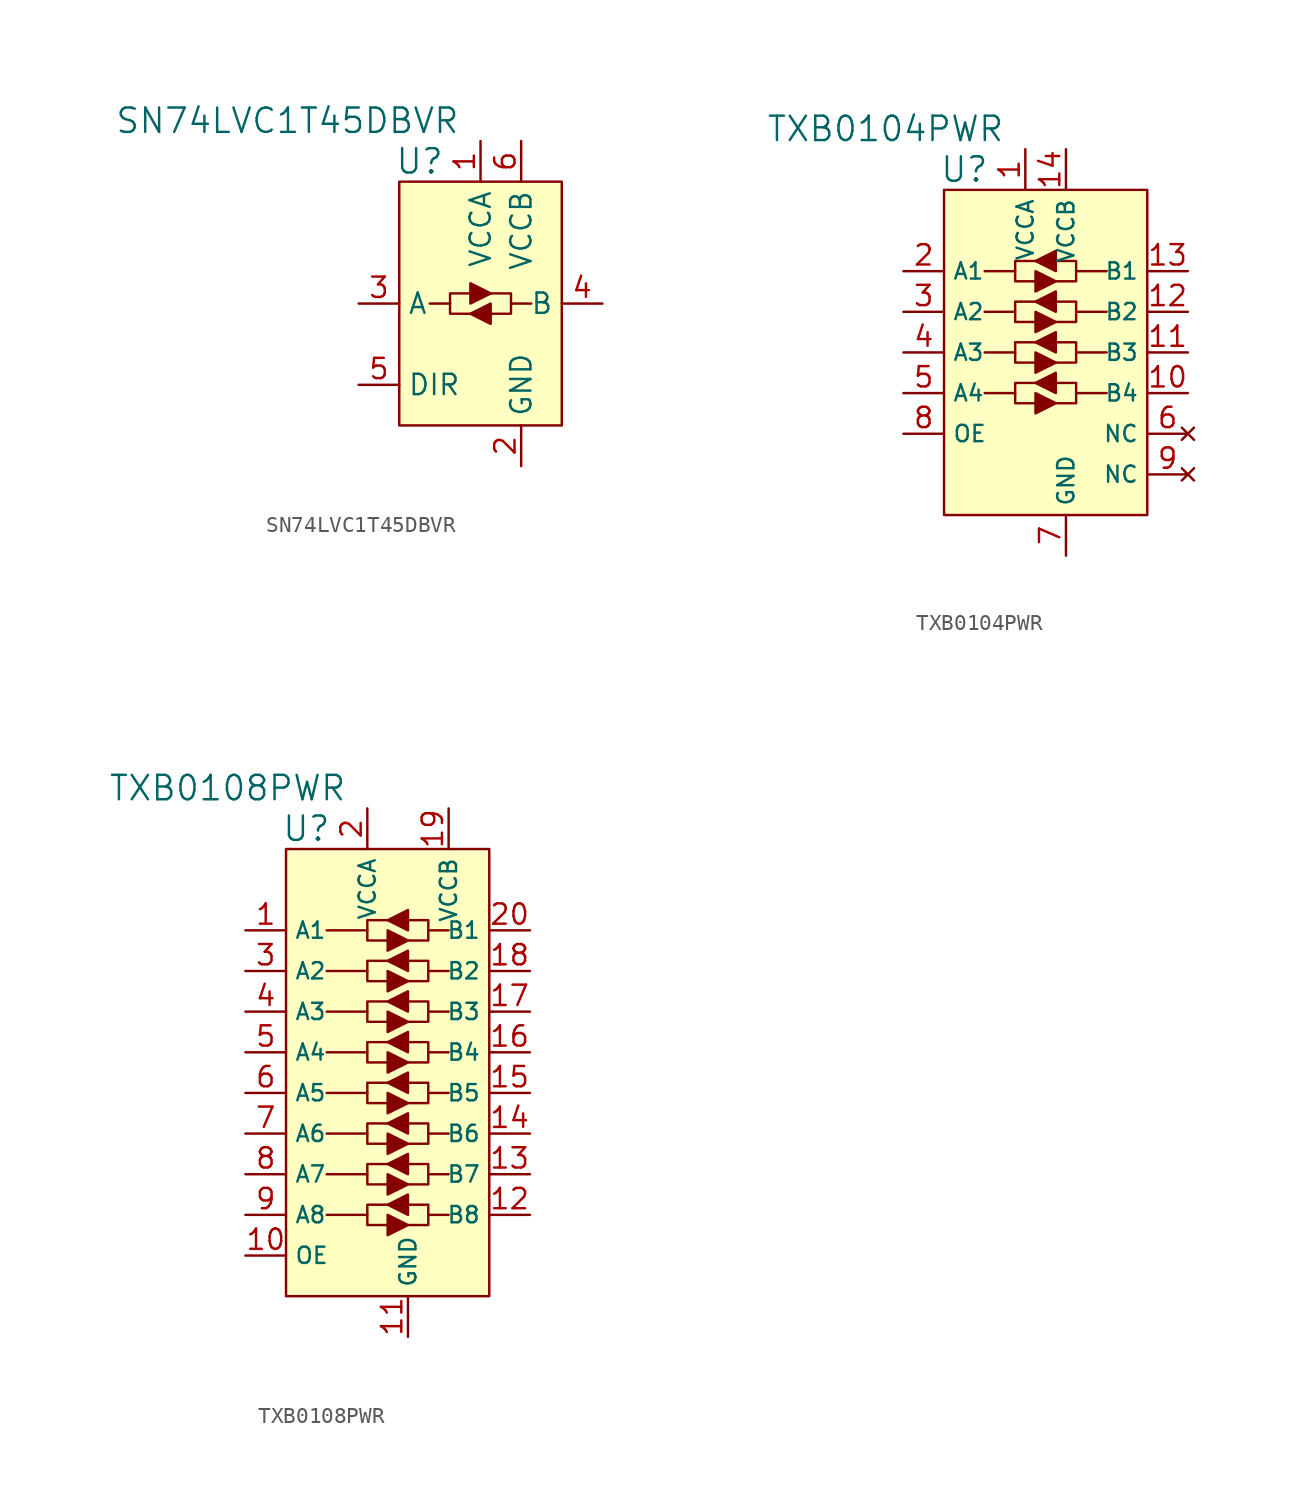
<source format=kicad_sym>
(kicad_symbol_lib
  (version 20220914)
  (generator kicad_symbol_editor)
  (symbol "SN74LVC1T45DBVR"
    (property "Reference" "U"
      (at -3.81 8.89 0)
      (effects (font (size 1.524 1.524))))
    (property "Value" "SN74LVC1T45DBVR"
      (at -1.27 11.43 0)
      (effects (font (size 1.524 1.524)) (justify right)))
    (symbol "SN74LVC1T45DBVR_0_1"
      (rectangle (start -5.08 7.62) (end 5.08 -7.62) (stroke (width 0) (type solid)) (fill (type background)))
      (polyline (pts (xy -3.175 0) (xy -1.905 0)) (stroke (width 0) (type solid)) (fill (type none)))
      (polyline (pts (xy 3.175 0) (xy 1.905 0)) (stroke (width 0) (type solid)) (fill (type none)))
      (polyline (pts (xy -1.905 0) (xy -1.905 -0.635) (xy -0.508 -0.635)) (stroke (width 0) (type solid)) (fill (type none)))
      (polyline (pts (xy -1.905 0) (xy -1.905 0.635) (xy -0.635 0.635)) (stroke (width 0) (type solid)) (fill (type none)))
      (polyline (pts (xy 1.905 0) (xy 1.905 -0.635) (xy 0.635 -0.635)) (stroke (width 0) (type solid)) (fill (type none)))
      (polyline (pts (xy 1.905 0) (xy 1.905 0.635) (xy 0.635 0.635)) (stroke (width 0) (type solid)) (fill (type none)))
      (polyline (pts (xy -0.635 1.27) (xy -0.635 0) (xy 0.635 0.635) (xy -0.635 1.27)) (stroke (width 0) (type solid)) (fill (type outline)))
      (polyline (pts (xy 0.635 0) (xy 0.635 -1.27) (xy -0.635 -0.635) (xy 0.635 0)) (stroke (width 0) (type solid)) (fill (type outline))))
    (symbol "SN74LVC1T45DBVR_1_1"
      (pin power_in line (at 0 10.16 270) (length 2.54) (name "VCCA" (effects (font (size 1.27 1.27)))) (number "1" (effects (font (size 1.27 1.27)))))
      (pin power_in line (at 2.54 -10.16 90) (length 2.54) (name "GND" (effects (font (size 1.27 1.27)))) (number "2" (effects (font (size 1.27 1.27)))))
      (pin bidirectional line (at -7.62 0 0) (length 2.54) (name "A" (effects (font (size 1.27 1.27)))) (number "3" (effects (font (size 1.27 1.27)))))
      (pin bidirectional line (at 7.62 0 180) (length 2.54) (name "B" (effects (font (size 1.27 1.27)))) (number "4" (effects (font (size 1.27 1.27)))))
      (pin input line (at -7.62 -5.08 0) (length 2.54) (name "DIR" (effects (font (size 1.27 1.27)))) (number "5" (effects (font (size 1.27 1.27)))))
      (pin power_in line (at 2.54 10.16 270) (length 2.54) (name "VCCB" (effects (font (size 1.27 1.27)))) (number "6" (effects (font (size 1.27 1.27)))))))
  (symbol "TXB0104PWR"
    (property "Reference" "U"
      (at -6.35 11.43 0)
      (effects (font (size 1.524 1.524))))
    (property "Value" "TXB0104PWR"
      (at -3.81 13.97 0)
      (effects (font (size 1.524 1.524)) (justify right)))
    (symbol "TXB0104PWR_0_1"
      (rectangle (start -7.62 10.16) (end 5.08 -10.16) (stroke (width 0) (type solid)) (fill (type background)))
      (polyline (pts (xy -5.08 -2.54) (xy -3.175 -2.54)) (stroke (width 0) (type solid)) (fill (type none)))
      (polyline (pts (xy -5.08 2.54) (xy -3.175 2.54)) (stroke (width 0) (type solid)) (fill (type none)))
      (polyline (pts (xy -3.175 0) (xy -5.08 0)) (stroke (width 0) (type solid)) (fill (type none)))
      (polyline (pts (xy -3.175 5.08) (xy -5.08 5.08)) (stroke (width 0) (type solid)) (fill (type none)))
      (polyline (pts (xy 0.635 -2.54) (xy 2.54 -2.54)) (stroke (width 0) (type solid)) (fill (type none)))
      (polyline (pts (xy 0.635 5.08) (xy 2.54 5.08)) (stroke (width 0) (type solid)) (fill (type none)))
      (polyline (pts (xy 2.54 0) (xy 0.635 0)) (stroke (width 0) (type solid)) (fill (type none)))
      (polyline (pts (xy 2.54 2.54) (xy 0.635 2.54)) (stroke (width 0) (type solid)) (fill (type none)))
      (polyline (pts (xy -1.905 -2.54) (xy -1.905 -3.81) (xy -0.635 -3.175) (xy -1.905 -2.54)) (stroke (width 0) (type solid)) (fill (type outline)))
      (polyline (pts (xy -1.905 -1.905) (xy -3.175 -1.905) (xy -3.175 -3.175) (xy -1.905 -3.175)) (stroke (width 0) (type solid)) (fill (type none)))
      (polyline (pts (xy -1.905 -1.905) (xy -0.635 -1.27) (xy -0.635 -2.54) (xy -1.905 -1.905)) (stroke (width 0) (type solid)) (fill (type outline)))
      (polyline (pts (xy -1.905 0) (xy -1.905 -1.27) (xy -0.635 -0.635) (xy -1.905 0)) (stroke (width 0) (type solid)) (fill (type outline)))
      (polyline (pts (xy -1.905 0.635) (xy -3.175 0.635) (xy -3.175 -0.635) (xy -1.905 -0.635)) (stroke (width 0) (type solid)) (fill (type none)))
      (polyline (pts (xy -1.905 0.635) (xy -0.635 1.27) (xy -0.635 0) (xy -1.905 0.635)) (stroke (width 0) (type solid)) (fill (type outline)))
      (polyline (pts (xy -1.905 2.54) (xy -1.905 1.27) (xy -0.635 1.905) (xy -1.905 2.54)) (stroke (width 0) (type solid)) (fill (type outline)))
      (polyline (pts (xy -1.905 3.175) (xy -3.175 3.175) (xy -3.175 1.905) (xy -1.905 1.905)) (stroke (width 0) (type solid)) (fill (type none)))
      (polyline (pts (xy -1.905 3.175) (xy -0.635 3.81) (xy -0.635 2.54) (xy -1.905 3.175)) (stroke (width 0) (type solid)) (fill (type outline)))
      (polyline (pts (xy -1.905 5.08) (xy -1.905 3.81) (xy -0.635 4.445) (xy -1.905 5.08)) (stroke (width 0) (type solid)) (fill (type outline)))
      (polyline (pts (xy -1.905 5.715) (xy -3.175 5.715) (xy -3.175 4.445) (xy -1.905 4.445)) (stroke (width 0) (type solid)) (fill (type none)))
      (polyline (pts (xy -1.905 5.715) (xy -0.635 6.35) (xy -0.635 5.08) (xy -1.905 5.715)) (stroke (width 0) (type solid)) (fill (type outline)))
      (polyline (pts (xy -0.635 -1.905) (xy 0.635 -1.905) (xy 0.635 -3.175) (xy -0.635 -3.175)) (stroke (width 0) (type solid)) (fill (type none)))
      (polyline (pts (xy -0.635 0.635) (xy 0.635 0.635) (xy 0.635 -0.635) (xy -0.635 -0.635)) (stroke (width 0) (type solid)) (fill (type none)))
      (polyline (pts (xy -0.635 3.175) (xy 0.635 3.175) (xy 0.635 1.905) (xy -0.635 1.905)) (stroke (width 0) (type solid)) (fill (type none)))
      (polyline (pts (xy -0.635 5.715) (xy 0.635 5.715) (xy 0.635 4.445) (xy -0.635 4.445)) (stroke (width 0) (type solid)) (fill (type none))))
    (symbol "TXB0104PWR_1_1"
      (pin power_in line (at -2.54 12.7 270) (length 2.54) (name "VCCA" (effects (font (size 1.016 1.016)))) (number "1" (effects (font (size 1.27 1.27)))))
      (pin bidirectional line (at 7.62 -2.54 180) (length 2.54) (name "B4" (effects (font (size 1.016 1.016)))) (number "10" (effects (font (size 1.27 1.27)))))
      (pin bidirectional line (at 7.62 0 180) (length 2.54) (name "B3" (effects (font (size 1.016 1.016)))) (number "11" (effects (font (size 1.27 1.27)))))
      (pin bidirectional line (at 7.62 2.54 180) (length 2.54) (name "B2" (effects (font (size 1.016 1.016)))) (number "12" (effects (font (size 1.27 1.27)))))
      (pin bidirectional line (at 7.62 5.08 180) (length 2.54) (name "B1" (effects (font (size 1.016 1.016)))) (number "13" (effects (font (size 1.27 1.27)))))
      (pin power_in line (at 0 12.7 270) (length 2.54) (name "VCCB" (effects (font (size 1.016 1.016)))) (number "14" (effects (font (size 1.27 1.27)))))
      (pin bidirectional line (at -10.16 5.08 0) (length 2.54) (name "A1" (effects (font (size 1.016 1.016)))) (number "2" (effects (font (size 1.27 1.27)))))
      (pin bidirectional line (at -10.16 2.54 0) (length 2.54) (name "A2" (effects (font (size 1.016 1.016)))) (number "3" (effects (font (size 1.27 1.27)))))
      (pin bidirectional line (at -10.16 0 0) (length 2.54) (name "A3" (effects (font (size 1.016 1.016)))) (number "4" (effects (font (size 1.27 1.27)))))
      (pin bidirectional line (at -10.16 -2.54 0) (length 2.54) (name "A4" (effects (font (size 1.016 1.016)))) (number "5" (effects (font (size 1.27 1.27)))))
      (pin no_connect line (at 7.62 -5.08 180) (length 2.54) (name "NC" (effects (font (size 1.016 1.016)))) (number "6" (effects (font (size 1.27 1.27)))))
      (pin power_in line (at 0 -12.7 90) (length 2.54) (name "GND" (effects (font (size 1.016 1.016)))) (number "7" (effects (font (size 1.27 1.27)))))
      (pin tri_state line (at -10.16 -5.08 0) (length 2.54) (name "OE" (effects (font (size 1.016 1.016)))) (number "8" (effects (font (size 1.27 1.27)))))
      (pin no_connect line (at 7.62 -7.62 180) (length 2.54) (name "NC" (effects (font (size 1.016 1.016)))) (number "9" (effects (font (size 1.27 1.27)))))))
  (symbol "TXB0108PWR"
    (property "Reference" "U"
      (at -6.35 13.97 0)
      (effects (font (size 1.524 1.524))))
    (property "Value" "TXB0108PWR"
      (at -3.81 16.51 0)
      (effects (font (size 1.524 1.524)) (justify right)))
    (symbol "TXB0108PWR_0_1"
      (rectangle (start -7.62 12.7) (end 5.08 -15.24) (stroke (width 0) (type solid)) (fill (type background)))
      (polyline (pts (xy -5.08 -10.16) (xy -2.54 -10.16)) (stroke (width 0) (type solid)) (fill (type none)))
      (polyline (pts (xy -5.08 -5.08) (xy -2.54 -5.08)) (stroke (width 0) (type solid)) (fill (type none)))
      (polyline (pts (xy -5.08 0) (xy -2.54 0)) (stroke (width 0) (type solid)) (fill (type none)))
      (polyline (pts (xy -5.08 7.62) (xy -2.54 7.62)) (stroke (width 0) (type solid)) (fill (type none)))
      (polyline (pts (xy -2.54 -7.62) (xy -5.08 -7.62)) (stroke (width 0) (type solid)) (fill (type none)))
      (polyline (pts (xy -2.54 -2.54) (xy -5.08 -2.54)) (stroke (width 0) (type solid)) (fill (type none)))
      (polyline (pts (xy -2.54 2.54) (xy -5.08 2.54)) (stroke (width 0) (type solid)) (fill (type none)))
      (polyline (pts (xy -2.54 5.08) (xy -5.08 5.08)) (stroke (width 0) (type solid)) (fill (type none)))
      (polyline (pts (xy 1.27 -10.16) (xy 2.54 -10.16)) (stroke (width 0) (type solid)) (fill (type none)))
      (polyline (pts (xy 1.27 -5.08) (xy 2.54 -5.08)) (stroke (width 0) (type solid)) (fill (type none)))
      (polyline (pts (xy 1.27 0) (xy 2.54 0)) (stroke (width 0) (type solid)) (fill (type none)))
      (polyline (pts (xy 1.27 7.62) (xy 2.54 7.62)) (stroke (width 0) (type solid)) (fill (type none)))
      (polyline (pts (xy 2.54 -7.62) (xy 1.27 -7.62)) (stroke (width 0) (type solid)) (fill (type none)))
      (polyline (pts (xy 2.54 -2.54) (xy 1.27 -2.54)) (stroke (width 0) (type solid)) (fill (type none)))
      (polyline (pts (xy 2.54 2.54) (xy 1.27 2.54)) (stroke (width 0) (type solid)) (fill (type none)))
      (polyline (pts (xy 2.54 5.08) (xy 1.27 5.08)) (stroke (width 0) (type solid)) (fill (type none)))
      (polyline (pts (xy -1.27 -10.16) (xy -1.27 -11.43) (xy 0 -10.795) (xy -1.27 -10.16)) (stroke (width 0) (type solid)) (fill (type outline)))
      (polyline (pts (xy -1.27 -9.525) (xy -2.54 -9.525) (xy -2.54 -10.795) (xy -1.27 -10.795)) (stroke (width 0) (type solid)) (fill (type none)))
      (polyline (pts (xy -1.27 -9.525) (xy 0 -10.16) (xy 0 -8.89) (xy -1.27 -9.525)) (stroke (width 0) (type solid)) (fill (type outline)))
      (polyline (pts (xy -1.27 -7.62) (xy -1.27 -8.89) (xy 0 -8.255) (xy -1.27 -7.62)) (stroke (width 0) (type solid)) (fill (type outline)))
      (polyline (pts (xy -1.27 -6.985) (xy -2.54 -6.985) (xy -2.54 -8.255) (xy -1.27 -8.255)) (stroke (width 0) (type solid)) (fill (type none)))
      (polyline (pts (xy -1.27 -6.985) (xy 0 -7.62) (xy 0 -6.35) (xy -1.27 -6.985)) (stroke (width 0) (type solid)) (fill (type outline)))
      (polyline (pts (xy -1.27 -5.08) (xy -1.27 -6.35) (xy 0 -5.715) (xy -1.27 -5.08)) (stroke (width 0) (type solid)) (fill (type outline)))
      (polyline (pts (xy -1.27 -4.445) (xy -2.54 -4.445) (xy -2.54 -5.715) (xy -1.27 -5.715)) (stroke (width 0) (type solid)) (fill (type none)))
      (polyline (pts (xy -1.27 -4.445) (xy 0 -5.08) (xy 0 -3.81) (xy -1.27 -4.445)) (stroke (width 0) (type solid)) (fill (type outline)))
      (polyline (pts (xy -1.27 -2.54) (xy -1.27 -3.81) (xy 0 -3.175) (xy -1.27 -2.54)) (stroke (width 0) (type solid)) (fill (type outline)))
      (polyline (pts (xy -1.27 -1.905) (xy -2.54 -1.905) (xy -2.54 -3.175) (xy -1.27 -3.175)) (stroke (width 0) (type solid)) (fill (type none)))
      (polyline (pts (xy -1.27 -1.905) (xy 0 -2.54) (xy 0 -1.27) (xy -1.27 -1.905)) (stroke (width 0) (type solid)) (fill (type outline)))
      (polyline (pts (xy -1.27 0) (xy -1.27 -1.27) (xy 0 -0.635) (xy -1.27 0)) (stroke (width 0) (type solid)) (fill (type outline)))
      (polyline (pts (xy -1.27 0.635) (xy -2.54 0.635) (xy -2.54 -0.635) (xy -1.27 -0.635)) (stroke (width 0) (type solid)) (fill (type none)))
      (polyline (pts (xy -1.27 0.635) (xy 0 0) (xy 0 1.27) (xy -1.27 0.635)) (stroke (width 0) (type solid)) (fill (type outline)))
      (polyline (pts (xy -1.27 2.54) (xy -1.27 1.27) (xy 0 1.905) (xy -1.27 2.54)) (stroke (width 0) (type solid)) (fill (type outline)))
      (polyline (pts (xy -1.27 3.175) (xy -2.54 3.175) (xy -2.54 1.905) (xy -1.27 1.905)) (stroke (width 0) (type solid)) (fill (type none)))
      (polyline (pts (xy -1.27 3.175) (xy 0 2.54) (xy 0 3.81) (xy -1.27 3.175)) (stroke (width 0) (type solid)) (fill (type outline)))
      (polyline (pts (xy -1.27 5.08) (xy -1.27 3.81) (xy 0 4.445) (xy -1.27 5.08)) (stroke (width 0) (type solid)) (fill (type outline)))
      (polyline (pts (xy -1.27 5.715) (xy -2.54 5.715) (xy -2.54 4.445) (xy -1.27 4.445)) (stroke (width 0) (type solid)) (fill (type none)))
      (polyline (pts (xy -1.27 5.715) (xy 0 5.08) (xy 0 6.35) (xy -1.27 5.715)) (stroke (width 0) (type solid)) (fill (type outline)))
      (polyline (pts (xy -1.27 7.62) (xy -1.27 6.35) (xy 0 6.985) (xy -1.27 7.62)) (stroke (width 0) (type solid)) (fill (type outline)))
      (polyline (pts (xy -1.27 8.255) (xy -2.54 8.255) (xy -2.54 6.985) (xy -1.27 6.985)) (stroke (width 0) (type solid)) (fill (type none)))
      (polyline (pts (xy -1.27 8.255) (xy 0 7.62) (xy 0 8.89) (xy -1.27 8.255)) (stroke (width 0) (type solid)) (fill (type outline)))
      (polyline (pts (xy 0 -9.525) (xy 1.27 -9.525) (xy 1.27 -10.795) (xy 0 -10.795)) (stroke (width 0) (type solid)) (fill (type none)))
      (polyline (pts (xy 0 -6.985) (xy 1.27 -6.985) (xy 1.27 -8.255) (xy 0 -8.255)) (stroke (width 0) (type solid)) (fill (type none)))
      (polyline (pts (xy 0 -4.445) (xy 1.27 -4.445) (xy 1.27 -5.715) (xy 0 -5.715)) (stroke (width 0) (type solid)) (fill (type none)))
      (polyline (pts (xy 0 -1.905) (xy 1.27 -1.905) (xy 1.27 -3.175) (xy 0 -3.175)) (stroke (width 0) (type solid)) (fill (type none)))
      (polyline (pts (xy 0 0.635) (xy 1.27 0.635) (xy 1.27 -0.635) (xy 0 -0.635)) (stroke (width 0) (type solid)) (fill (type none)))
      (polyline (pts (xy 0 3.175) (xy 1.27 3.175) (xy 1.27 1.905) (xy 0 1.905)) (stroke (width 0) (type solid)) (fill (type none)))
      (polyline (pts (xy 0 5.715) (xy 1.27 5.715) (xy 1.27 4.445) (xy 0 4.445)) (stroke (width 0) (type solid)) (fill (type none)))
      (polyline (pts (xy 0 8.255) (xy 1.27 8.255) (xy 1.27 6.985) (xy 0 6.985)) (stroke (width 0) (type solid)) (fill (type none))))
    (symbol "TXB0108PWR_1_1"
      (pin bidirectional line (at -10.16 7.62 0) (length 2.54) (name "A1" (effects (font (size 1.016 1.016)))) (number "1" (effects (font (size 1.27 1.27)))))
      (pin input line (at -10.16 -12.7 0) (length 2.54) (name "OE" (effects (font (size 1.016 1.016)))) (number "10" (effects (font (size 1.27 1.27)))))
      (pin power_in line (at 0 -17.78 90) (length 2.54) (name "GND" (effects (font (size 1.016 1.016)))) (number "11" (effects (font (size 1.27 1.27)))))
      (pin bidirectional line (at 7.62 -10.16 180) (length 2.54) (name "B8" (effects (font (size 1.016 1.016)))) (number "12" (effects (font (size 1.27 1.27)))))
      (pin bidirectional line (at 7.62 -7.62 180) (length 2.54) (name "B7" (effects (font (size 1.016 1.016)))) (number "13" (effects (font (size 1.27 1.27)))))
      (pin bidirectional line (at 7.62 -5.08 180) (length 2.54) (name "B6" (effects (font (size 1.016 1.016)))) (number "14" (effects (font (size 1.27 1.27)))))
      (pin bidirectional line (at 7.62 -2.54 180) (length 2.54) (name "B5" (effects (font (size 1.016 1.016)))) (number "15" (effects (font (size 1.27 1.27)))))
      (pin bidirectional line (at 7.62 0 180) (length 2.54) (name "B4" (effects (font (size 1.016 1.016)))) (number "16" (effects (font (size 1.27 1.27)))))
      (pin bidirectional line (at 7.62 2.54 180) (length 2.54) (name "B3" (effects (font (size 1.016 1.016)))) (number "17" (effects (font (size 1.27 1.27)))))
      (pin bidirectional line (at 7.62 5.08 180) (length 2.54) (name "B2" (effects (font (size 1.016 1.016)))) (number "18" (effects (font (size 1.27 1.27)))))
      (pin power_in line (at 2.54 15.24 270) (length 2.54) (name "VCCB" (effects (font (size 1.016 1.016)))) (number "19" (effects (font (size 1.27 1.27)))))
      (pin power_in line (at -2.54 15.24 270) (length 2.54) (name "VCCA" (effects (font (size 1.016 1.016)))) (number "2" (effects (font (size 1.27 1.27)))))
      (pin bidirectional line (at 7.62 7.62 180) (length 2.54) (name "B1" (effects (font (size 1.016 1.016)))) (number "20" (effects (font (size 1.27 1.27)))))
      (pin bidirectional line (at -10.16 5.08 0) (length 2.54) (name "A2" (effects (font (size 1.016 1.016)))) (number "3" (effects (font (size 1.27 1.27)))))
      (pin bidirectional line (at -10.16 2.54 0) (length 2.54) (name "A3" (effects (font (size 1.016 1.016)))) (number "4" (effects (font (size 1.27 1.27)))))
      (pin bidirectional line (at -10.16 0 0) (length 2.54) (name "A4" (effects (font (size 1.016 1.016)))) (number "5" (effects (font (size 1.27 1.27)))))
      (pin bidirectional line (at -10.16 -2.54 0) (length 2.54) (name "A5" (effects (font (size 1.016 1.016)))) (number "6" (effects (font (size 1.27 1.27)))))
      (pin bidirectional line (at -10.16 -5.08 0) (length 2.54) (name "A6" (effects (font (size 1.016 1.016)))) (number "7" (effects (font (size 1.27 1.27)))))
      (pin bidirectional line (at -10.16 -7.62 0) (length 2.54) (name "A7" (effects (font (size 1.016 1.016)))) (number "8" (effects (font (size 1.27 1.27)))))
      (pin bidirectional line (at -10.16 -10.16 0) (length 2.54) (name "A8" (effects (font (size 1.016 1.016)))) (number "9" (effects (font (size 1.27 1.27))))))))
</source>
